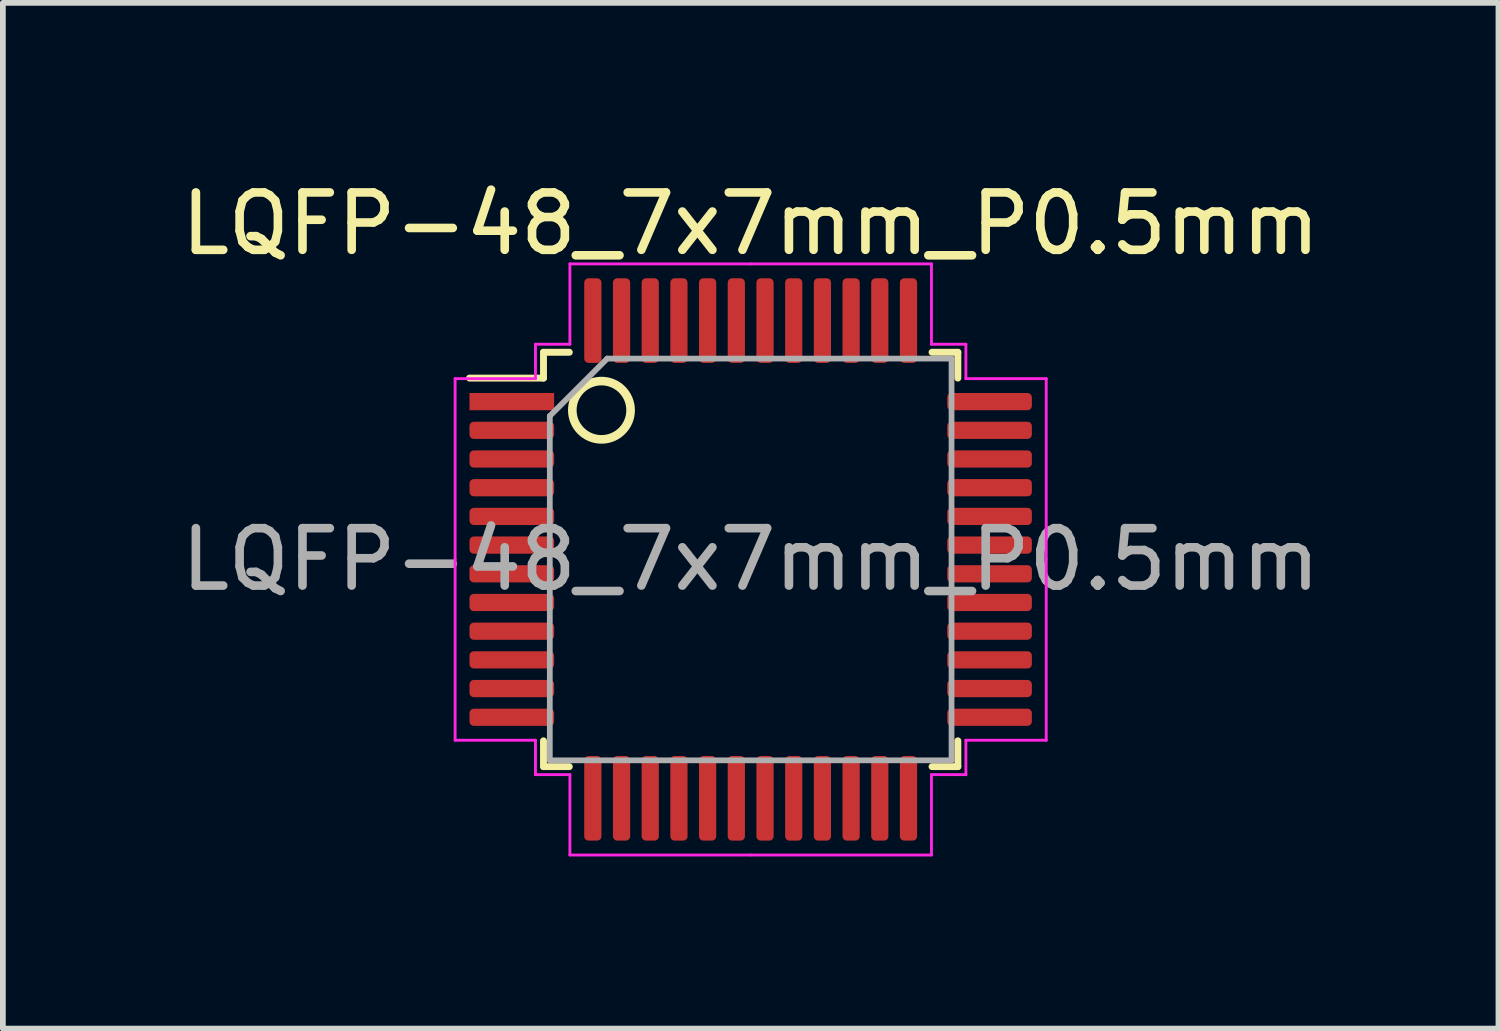
<source format=kicad_pcb>
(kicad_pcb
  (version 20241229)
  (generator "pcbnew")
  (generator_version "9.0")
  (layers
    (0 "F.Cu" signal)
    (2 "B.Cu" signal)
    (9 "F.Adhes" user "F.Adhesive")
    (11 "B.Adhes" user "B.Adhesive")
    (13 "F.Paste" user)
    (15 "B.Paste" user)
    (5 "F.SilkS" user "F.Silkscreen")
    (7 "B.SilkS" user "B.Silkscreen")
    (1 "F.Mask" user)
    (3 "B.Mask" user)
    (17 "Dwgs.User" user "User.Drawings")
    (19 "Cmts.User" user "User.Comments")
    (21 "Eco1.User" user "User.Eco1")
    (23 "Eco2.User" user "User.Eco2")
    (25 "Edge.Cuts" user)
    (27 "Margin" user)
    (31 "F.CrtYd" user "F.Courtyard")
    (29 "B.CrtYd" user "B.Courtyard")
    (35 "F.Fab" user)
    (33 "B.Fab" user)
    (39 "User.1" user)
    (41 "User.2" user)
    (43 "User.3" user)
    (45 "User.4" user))
  (footprint "LQFP-48_7x7mm_P0.5mm"
    (layer "F.Cu")
    (at 10.03 6.698)
    (property "Reference" "LQFP-48_7x7mm_P0.5mm" (at 0 -5.85 0) (layer "F.SilkS") (effects (font (size 1 1) (thickness 0.15))))
    (attr smd)
    (fp_line (start -3.61 -3.61) (end -3.61 -3.16) (stroke (width 0.12) (type solid)) (layer "F.SilkS"))
    (fp_line (start -3.61 -3.16) (end -4.9 -3.16) (stroke (width 0.12) (type solid)) (layer "F.SilkS"))
    (fp_line (start -3.61 3.61) (end -3.61 3.16) (stroke (width 0.12) (type solid)) (layer "F.SilkS"))
    (fp_line (start -3.16 -3.61) (end -3.61 -3.61) (stroke (width 0.12) (type solid)) (layer "F.SilkS"))
    (fp_line (start -3.16 3.61) (end -3.61 3.61) (stroke (width 0.12) (type solid)) (layer "F.SilkS"))
    (fp_line (start 3.16 -3.61) (end 3.61 -3.61) (stroke (width 0.12) (type solid)) (layer "F.SilkS"))
    (fp_line (start 3.16 3.61) (end 3.61 3.61) (stroke (width 0.12) (type solid)) (layer "F.SilkS"))
    (fp_line (start 3.61 -3.61) (end 3.61 -3.16) (stroke (width 0.12) (type solid)) (layer "F.SilkS"))
    (fp_line (start 3.61 3.61) (end 3.61 3.16) (stroke (width 0.12) (type solid)) (layer "F.SilkS"))
    (fp_circle (center -2.6 -2.6) (end -2.092 -2.6) (stroke (width 0.15) (type solid)) (fill no) (layer "F.SilkS"))
    (fp_line (start -5.15 -3.15) (end -5.15 0) (stroke (width 0.05) (type solid)) (layer "F.CrtYd"))
    (fp_line (start -5.15 3.15) (end -5.15 0) (stroke (width 0.05) (type solid)) (layer "F.CrtYd"))
    (fp_line (start -3.75 -3.75) (end -3.75 -3.15) (stroke (width 0.05) (type solid)) (layer "F.CrtYd"))
    (fp_line (start -3.75 -3.15) (end -5.15 -3.15) (stroke (width 0.05) (type solid)) (layer "F.CrtYd"))
    (fp_line (start -3.75 3.15) (end -5.15 3.15) (stroke (width 0.05) (type solid)) (layer "F.CrtYd"))
    (fp_line (start -3.75 3.75) (end -3.75 3.15) (stroke (width 0.05) (type solid)) (layer "F.CrtYd"))
    (fp_line (start -3.15 -5.15) (end -3.15 -3.75) (stroke (width 0.05) (type solid)) (layer "F.CrtYd"))
    (fp_line (start -3.15 -3.75) (end -3.75 -3.75) (stroke (width 0.05) (type solid)) (layer "F.CrtYd"))
    (fp_line (start -3.15 3.75) (end -3.75 3.75) (stroke (width 0.05) (type solid)) (layer "F.CrtYd"))
    (fp_line (start -3.15 5.15) (end -3.15 3.75) (stroke (width 0.05) (type solid)) (layer "F.CrtYd"))
    (fp_line (start 0 -5.15) (end -3.15 -5.15) (stroke (width 0.05) (type solid)) (layer "F.CrtYd"))
    (fp_line (start 0 -5.15) (end 3.15 -5.15) (stroke (width 0.05) (type solid)) (layer "F.CrtYd"))
    (fp_line (start 0 5.15) (end -3.15 5.15) (stroke (width 0.05) (type solid)) (layer "F.CrtYd"))
    (fp_line (start 0 5.15) (end 3.15 5.15) (stroke (width 0.05) (type solid)) (layer "F.CrtYd"))
    (fp_line (start 3.15 -5.15) (end 3.15 -3.75) (stroke (width 0.05) (type solid)) (layer "F.CrtYd"))
    (fp_line (start 3.15 -3.75) (end 3.75 -3.75) (stroke (width 0.05) (type solid)) (layer "F.CrtYd"))
    (fp_line (start 3.15 3.75) (end 3.75 3.75) (stroke (width 0.05) (type solid)) (layer "F.CrtYd"))
    (fp_line (start 3.15 5.15) (end 3.15 3.75) (stroke (width 0.05) (type solid)) (layer "F.CrtYd"))
    (fp_line (start 3.75 -3.75) (end 3.75 -3.15) (stroke (width 0.05) (type solid)) (layer "F.CrtYd"))
    (fp_line (start 3.75 -3.15) (end 5.15 -3.15) (stroke (width 0.05) (type solid)) (layer "F.CrtYd"))
    (fp_line (start 3.75 3.15) (end 5.15 3.15) (stroke (width 0.05) (type solid)) (layer "F.CrtYd"))
    (fp_line (start 3.75 3.75) (end 3.75 3.15) (stroke (width 0.05) (type solid)) (layer "F.CrtYd"))
    (fp_line (start 5.15 -3.15) (end 5.15 0) (stroke (width 0.05) (type solid)) (layer "F.CrtYd"))
    (fp_line (start 5.15 3.15) (end 5.15 0) (stroke (width 0.05) (type solid)) (layer "F.CrtYd"))
    (fp_line (start -3.5 -2.5) (end -2.5 -3.5) (stroke (width 0.1) (type solid)) (layer "F.Fab"))
    (fp_line (start -3.5 3.5) (end -3.5 -2.5) (stroke (width 0.1) (type solid)) (layer "F.Fab"))
    (fp_line (start -2.5 -3.5) (end 3.5 -3.5) (stroke (width 0.1) (type solid)) (layer "F.Fab"))
    (fp_line (start 3.5 -3.5) (end 3.5 3.5) (stroke (width 0.1) (type solid)) (layer "F.Fab"))
    (fp_line (start 3.5 3.5) (end -3.5 3.5) (stroke (width 0.1) (type solid)) (layer "F.Fab"))
    (fp_text user "${REFERENCE}" (at 0 0 0) (layer "F.Fab") (effects (font (size 1 1) (thickness 0.15))))
    (pad "1" smd rect (at -4.162 -2.75) (size 1.475 0.3) (layers "F.Cu" "F.Mask" "F.Paste"))
    (pad "2" smd roundrect (at -4.162 -2.25) (size 1.475 0.3) (layers "F.Cu" "F.Mask" "F.Paste") (roundrect_rratio 0.25))
    (pad "3" smd roundrect (at -4.162 -1.75) (size 1.475 0.3) (layers "F.Cu" "F.Mask" "F.Paste") (roundrect_rratio 0.25))
    (pad "4" smd roundrect (at -4.162 -1.25) (size 1.475 0.3) (layers "F.Cu" "F.Mask" "F.Paste") (roundrect_rratio 0.25))
    (pad "5" smd roundrect (at -4.162 -0.75) (size 1.475 0.3) (layers "F.Cu" "F.Mask" "F.Paste") (roundrect_rratio 0.25))
    (pad "6" smd roundrect (at -4.162 -0.25) (size 1.475 0.3) (layers "F.Cu" "F.Mask" "F.Paste") (roundrect_rratio 0.25))
    (pad "7" smd roundrect (at -4.162 0.25) (size 1.475 0.3) (layers "F.Cu" "F.Mask" "F.Paste") (roundrect_rratio 0.25))
    (pad "8" smd roundrect (at -4.162 0.75) (size 1.475 0.3) (layers "F.Cu" "F.Mask" "F.Paste") (roundrect_rratio 0.25))
    (pad "9" smd roundrect (at -4.162 1.25) (size 1.475 0.3) (layers "F.Cu" "F.Mask" "F.Paste") (roundrect_rratio 0.25))
    (pad "10" smd roundrect (at -4.162 1.75) (size 1.475 0.3) (layers "F.Cu" "F.Mask" "F.Paste") (roundrect_rratio 0.25))
    (pad "11" smd roundrect (at -4.162 2.25) (size 1.475 0.3) (layers "F.Cu" "F.Mask" "F.Paste") (roundrect_rratio 0.25))
    (pad "12" smd roundrect (at -4.162 2.75) (size 1.475 0.3) (layers "F.Cu" "F.Mask" "F.Paste") (roundrect_rratio 0.25))
    (pad "13" smd roundrect (at -2.75 4.162) (size 0.3 1.475) (layers "F.Cu" "F.Mask" "F.Paste") (roundrect_rratio 0.25))
    (pad "14" smd roundrect (at -2.25 4.162) (size 0.3 1.475) (layers "F.Cu" "F.Mask" "F.Paste") (roundrect_rratio 0.25))
    (pad "15" smd roundrect (at -1.75 4.162) (size 0.3 1.475) (layers "F.Cu" "F.Mask" "F.Paste") (roundrect_rratio 0.25))
    (pad "16" smd roundrect (at -1.25 4.162) (size 0.3 1.475) (layers "F.Cu" "F.Mask" "F.Paste") (roundrect_rratio 0.25))
    (pad "17" smd roundrect (at -0.75 4.162) (size 0.3 1.475) (layers "F.Cu" "F.Mask" "F.Paste") (roundrect_rratio 0.25))
    (pad "18" smd roundrect (at -0.25 4.162) (size 0.3 1.475) (layers "F.Cu" "F.Mask" "F.Paste") (roundrect_rratio 0.25))
    (pad "19" smd roundrect (at 0.25 4.162) (size 0.3 1.475) (layers "F.Cu" "F.Mask" "F.Paste") (roundrect_rratio 0.25))
    (pad "20" smd roundrect (at 0.75 4.162) (size 0.3 1.475) (layers "F.Cu" "F.Mask" "F.Paste") (roundrect_rratio 0.25))
    (pad "21" smd roundrect (at 1.25 4.162) (size 0.3 1.475) (layers "F.Cu" "F.Mask" "F.Paste") (roundrect_rratio 0.25))
    (pad "22" smd roundrect (at 1.75 4.162) (size 0.3 1.475) (layers "F.Cu" "F.Mask" "F.Paste") (roundrect_rratio 0.25))
    (pad "23" smd roundrect (at 2.25 4.162) (size 0.3 1.475) (layers "F.Cu" "F.Mask" "F.Paste") (roundrect_rratio 0.25))
    (pad "24" smd roundrect (at 2.75 4.162) (size 0.3 1.475) (layers "F.Cu" "F.Mask" "F.Paste") (roundrect_rratio 0.25))
    (pad "25" smd roundrect (at 4.162 2.75) (size 1.475 0.3) (layers "F.Cu" "F.Mask" "F.Paste") (roundrect_rratio 0.25))
    (pad "26" smd roundrect (at 4.162 2.25) (size 1.475 0.3) (layers "F.Cu" "F.Mask" "F.Paste") (roundrect_rratio 0.25))
    (pad "27" smd roundrect (at 4.162 1.75) (size 1.475 0.3) (layers "F.Cu" "F.Mask" "F.Paste") (roundrect_rratio 0.25))
    (pad "28" smd roundrect (at 4.162 1.25) (size 1.475 0.3) (layers "F.Cu" "F.Mask" "F.Paste") (roundrect_rratio 0.25))
    (pad "29" smd roundrect (at 4.162 0.75) (size 1.475 0.3) (layers "F.Cu" "F.Mask" "F.Paste") (roundrect_rratio 0.25))
    (pad "30" smd roundrect (at 4.162 0.25) (size 1.475 0.3) (layers "F.Cu" "F.Mask" "F.Paste") (roundrect_rratio 0.25))
    (pad "31" smd roundrect (at 4.162 -0.25) (size 1.475 0.3) (layers "F.Cu" "F.Mask" "F.Paste") (roundrect_rratio 0.25))
    (pad "32" smd roundrect (at 4.162 -0.75) (size 1.475 0.3) (layers "F.Cu" "F.Mask" "F.Paste") (roundrect_rratio 0.25))
    (pad "33" smd roundrect (at 4.162 -1.25) (size 1.475 0.3) (layers "F.Cu" "F.Mask" "F.Paste") (roundrect_rratio 0.25))
    (pad "34" smd roundrect (at 4.162 -1.75) (size 1.475 0.3) (layers "F.Cu" "F.Mask" "F.Paste") (roundrect_rratio 0.25))
    (pad "35" smd roundrect (at 4.162 -2.25) (size 1.475 0.3) (layers "F.Cu" "F.Mask" "F.Paste") (roundrect_rratio 0.25))
    (pad "36" smd roundrect (at 4.162 -2.75) (size 1.475 0.3) (layers "F.Cu" "F.Mask" "F.Paste") (roundrect_rratio 0.25))
    (pad "37" smd roundrect (at 2.75 -4.162) (size 0.3 1.475) (layers "F.Cu" "F.Mask" "F.Paste") (roundrect_rratio 0.25))
    (pad "38" smd roundrect (at 2.25 -4.162) (size 0.3 1.475) (layers "F.Cu" "F.Mask" "F.Paste") (roundrect_rratio 0.25))
    (pad "39" smd roundrect (at 1.75 -4.162) (size 0.3 1.475) (layers "F.Cu" "F.Mask" "F.Paste") (roundrect_rratio 0.25))
    (pad "40" smd roundrect (at 1.25 -4.162) (size 0.3 1.475) (layers "F.Cu" "F.Mask" "F.Paste") (roundrect_rratio 0.25))
    (pad "41" smd roundrect (at 0.75 -4.162) (size 0.3 1.475) (layers "F.Cu" "F.Mask" "F.Paste") (roundrect_rratio 0.25))
    (pad "42" smd roundrect (at 0.25 -4.162) (size 0.3 1.475) (layers "F.Cu" "F.Mask" "F.Paste") (roundrect_rratio 0.25))
    (pad "43" smd roundrect (at -0.25 -4.162) (size 0.3 1.475) (layers "F.Cu" "F.Mask" "F.Paste") (roundrect_rratio 0.25))
    (pad "44" smd roundrect (at -0.75 -4.162) (size 0.3 1.475) (layers "F.Cu" "F.Mask" "F.Paste") (roundrect_rratio 0.25))
    (pad "45" smd roundrect (at -1.25 -4.162) (size 0.3 1.475) (layers "F.Cu" "F.Mask" "F.Paste") (roundrect_rratio 0.25))
    (pad "46" smd roundrect (at -1.75 -4.162) (size 0.3 1.475) (layers "F.Cu" "F.Mask" "F.Paste") (roundrect_rratio 0.25))
    (pad "47" smd roundrect (at -2.25 -4.162) (size 0.3 1.475) (layers "F.Cu" "F.Mask" "F.Paste") (roundrect_rratio 0.25))
    (pad "48" smd roundrect (at -2.75 -4.162) (size 0.3 1.475) (layers "F.Cu" "F.Mask" "F.Paste") (roundrect_rratio 0.25)))
  (gr_rect
    (start -3 -3)
    (end 23.06 14.873)
    (stroke (width 0.1) (type default))
    (fill no)
    (layer "Edge.Cuts")))
</source>
